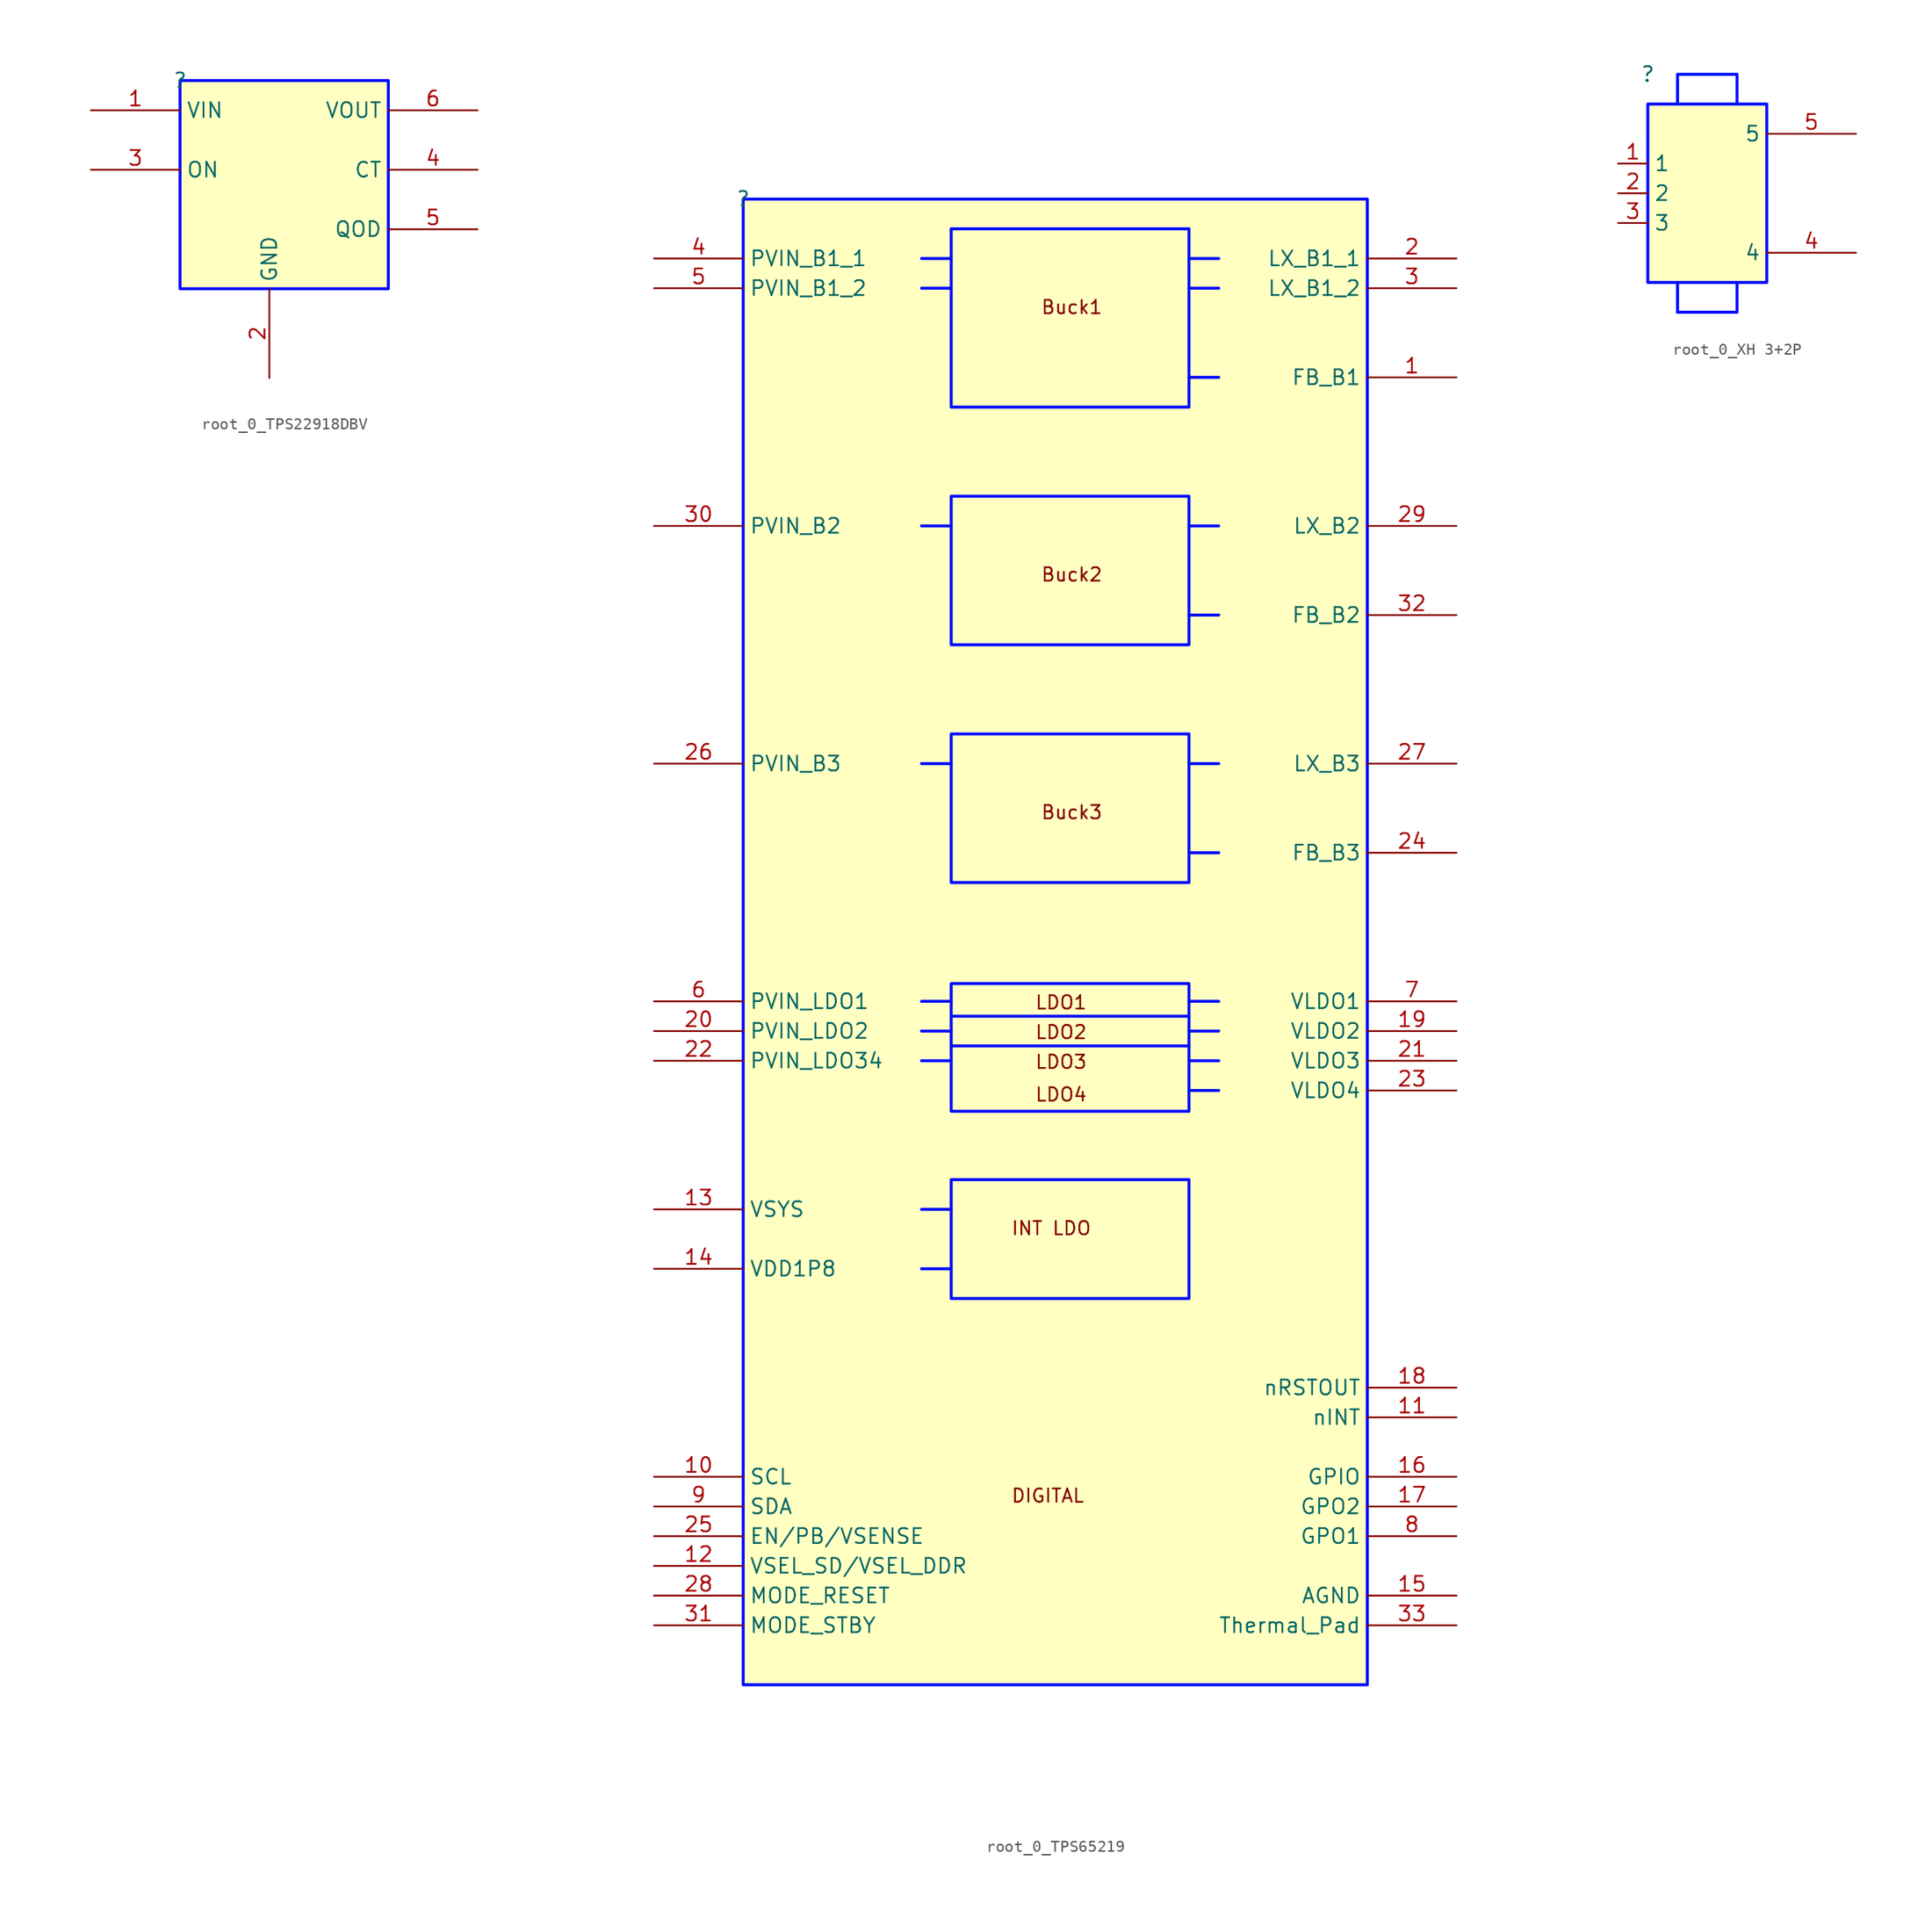
<source format=kicad_sym>
(kicad_symbol_lib
  (version 20231120)
  (generator "kicad_symbol_editor")
  (generator_version "8.0")
  (symbol "root_0_TPS22918DBV"
    (property "Reference" ""
      (at 0 0 0)
      (effects (font (size 1.27 1.27))))
    (property "Value" ""
      (at 0 0 0)
      (effects (font (size 1.27 1.27))))
    (symbol "root_0_TPS22918DBV_1_0"
      (rectangle (start 17.78 0) (end 0 -17.78) (stroke (width 0.254) (type solid) (color 0 11 255 1)) (fill (type background)))
      (pin input line (at -7.62 -2.54 0) (length 7.62) (name "VIN" (effects (font (size 1.27 1.27)))) (number "1" (effects (font (size 1.27 1.27)))))
      (pin power_in line (at 7.62 -25.4 90) (length 7.62) (name "GND" (effects (font (size 1.27 1.27)))) (number "2" (effects (font (size 1.27 1.27)))))
      (pin input line (at -7.62 -7.62 0) (length 7.62) (name "ON" (effects (font (size 1.27 1.27)))) (number "3" (effects (font (size 1.27 1.27)))))
      (pin passive line (at 25.4 -7.62 180) (length 7.62) (name "CT" (effects (font (size 1.27 1.27)))) (number "4" (effects (font (size 1.27 1.27)))))
      (pin passive line (at 25.4 -12.7 180) (length 7.62) (name "QOD" (effects (font (size 1.27 1.27)))) (number "5" (effects (font (size 1.27 1.27)))))
      (pin passive line (at 25.4 -2.54 180) (length 7.62) (name "VOUT" (effects (font (size 1.27 1.27)))) (number "6" (effects (font (size 1.27 1.27)))))))
  (symbol "root_0_TPS65219"
    (property "Reference" ""
      (at 0 0 0)
      (effects (font (size 1.27 1.27))))
    (property "Value" ""
      (at 0 0 0)
      (effects (font (size 1.27 1.27))))
    (symbol "root_0_TPS65219_1_0"
      (polyline (pts (xy 15.24 -73.66) (xy 17.78 -73.66)) (stroke (width 0.254) (type solid) (color 0 11 255 1)) (fill (type none)))
      (polyline (pts (xy 15.24 -71.12) (xy 17.78 -71.12)) (stroke (width 0.254) (type solid) (color 0 11 255 1)) (fill (type none)))
      (polyline (pts (xy 15.24 -7.62) (xy 17.78 -7.62)) (stroke (width 0.254) (type solid) (color 0 11 255 1)) (fill (type none)))
      (polyline (pts (xy 17.78 -91.44) (xy 15.24 -91.44)) (stroke (width 0.254) (type solid) (color 0 11 255 1)) (fill (type none)))
      (polyline (pts (xy 17.78 -86.36) (xy 15.24 -86.36)) (stroke (width 0.254) (type solid) (color 0 11 255 1)) (fill (type none)))
      (polyline (pts (xy 17.78 -72.39) (xy 38.1 -72.39)) (stroke (width 0.254) (type solid) (color 0 11 255 1)) (fill (type none)))
      (polyline (pts (xy 17.78 -69.85) (xy 38.1 -69.85)) (stroke (width 0.254) (type solid) (color 0 11 255 1)) (fill (type none)))
      (polyline (pts (xy 17.78 -68.58) (xy 15.24 -68.58)) (stroke (width 0.254) (type solid) (color 0 11 255 1)) (fill (type none)))
      (polyline (pts (xy 17.78 -48.26) (xy 15.24 -48.26)) (stroke (width 0.254) (type solid) (color 0 11 255 1)) (fill (type none)))
      (polyline (pts (xy 17.78 -27.94) (xy 15.24 -27.94)) (stroke (width 0.254) (type solid) (color 0 11 255 1)) (fill (type none)))
      (polyline (pts (xy 17.78 -5.08) (xy 15.24 -5.08)) (stroke (width 0.254) (type solid) (color 0 11 255 1)) (fill (type none)))
      (polyline (pts (xy 38.1 -76.2) (xy 40.64 -76.2)) (stroke (width 0.254) (type solid) (color 0 11 255 1)) (fill (type none)))
      (polyline (pts (xy 38.1 -73.66) (xy 40.64 -73.66)) (stroke (width 0.254) (type solid) (color 0 11 255 1)) (fill (type none)))
      (polyline (pts (xy 38.1 -71.12) (xy 40.64 -71.12)) (stroke (width 0.254) (type solid) (color 0 11 255 1)) (fill (type none)))
      (polyline (pts (xy 38.1 -68.58) (xy 40.64 -68.58)) (stroke (width 0.254) (type solid) (color 0 11 255 1)) (fill (type none)))
      (polyline (pts (xy 38.1 -55.88) (xy 40.64 -55.88)) (stroke (width 0.254) (type solid) (color 0 11 255 1)) (fill (type none)))
      (polyline (pts (xy 38.1 -48.26) (xy 40.64 -48.26)) (stroke (width 0.254) (type solid) (color 0 11 255 1)) (fill (type none)))
      (polyline (pts (xy 38.1 -35.56) (xy 40.64 -35.56)) (stroke (width 0.254) (type solid) (color 0 11 255 1)) (fill (type none)))
      (polyline (pts (xy 38.1 -27.94) (xy 40.64 -27.94)) (stroke (width 0.254) (type solid) (color 0 11 255 1)) (fill (type none)))
      (polyline (pts (xy 38.1 -15.24) (xy 40.64 -15.24)) (stroke (width 0.254) (type solid) (color 0 11 255 1)) (fill (type none)))
      (polyline (pts (xy 38.1 -7.62) (xy 40.64 -7.62)) (stroke (width 0.254) (type solid) (color 0 11 255 1)) (fill (type none)))
      (polyline (pts (xy 38.1 -5.08) (xy 40.64 -5.08)) (stroke (width 0.254) (type solid) (color 0 11 255 1)) (fill (type none)))
      (rectangle (start 38.1 -83.82) (end 17.78 -93.98) (stroke (width 0.254) (type solid) (color 0 11 255 1)) (fill (type background)))
      (rectangle (start 38.1 -67.056) (end 17.78 -77.978) (stroke (width 0.254) (type solid) (color 0 11 255 1)) (fill (type background)))
      (rectangle (start 38.1 -45.72) (end 17.78 -58.42) (stroke (width 0.254) (type solid) (color 0 11 255 1)) (fill (type background)))
      (rectangle (start 38.1 -25.4) (end 17.78 -38.1) (stroke (width 0.254) (type solid) (color 0 11 255 1)) (fill (type background)))
      (rectangle (start 38.1 -2.54) (end 17.78 -17.78) (stroke (width 0.254) (type solid) (color 0 11 255 1)) (fill (type background)))
      (rectangle (start 53.34 0) (end 0 -127) (stroke (width 0.254) (type solid) (color 0 11 255 1)) (fill (type background)))
      (text "Buck1" (at 25.4 -9.906 0) (effects (font (size 1.143 1.143)) (justify left bottom)))
      (text "Buck2" (at 25.4 -32.766 0) (effects (font (size 1.143 1.143)) (justify left bottom)))
      (text "Buck3" (at 25.4 -53.086 0) (effects (font (size 1.143 1.143)) (justify left bottom)))
      (text "DIGITAL" (at 22.86 -111.506 0) (effects (font (size 1.143 1.143)) (justify left bottom)))
      (text "INT LDO" (at 22.86 -88.646 0) (effects (font (size 1.143 1.143)) (justify left bottom)))
      (text "LDO1" (at 24.892 -69.342 0) (effects (font (size 1.143 1.143)) (justify left bottom)))
      (text "LDO2" (at 24.892 -71.882 0) (effects (font (size 1.143 1.143)) (justify left bottom)))
      (text "LDO3" (at 24.892 -74.422 0) (effects (font (size 1.143 1.143)) (justify left bottom)))
      (text "LDO4" (at 24.892 -77.216 0) (effects (font (size 1.143 1.143)) (justify left bottom)))
      (pin passive line (at 60.96 -15.24 180) (length 7.62) (name "FB_B1" (effects (font (size 1.27 1.27)))) (number "1" (effects (font (size 1.27 1.27)))))
      (pin passive line (at -7.62 -109.22 0) (length 7.62) (name "SCL" (effects (font (size 1.27 1.27)))) (number "10" (effects (font (size 1.27 1.27)))))
      (pin output line (at 60.96 -104.14 180) (length 7.62) (name "nINT" (effects (font (size 1.27 1.27)))) (number "11" (effects (font (size 1.27 1.27)))))
      (pin input line (at -7.62 -116.84 0) (length 7.62) (name "VSEL_SD/VSEL_DDR" (effects (font (size 1.27 1.27)))) (number "12" (effects (font (size 1.27 1.27)))))
      (pin power_in line (at -7.62 -86.36 0) (length 7.62) (name "VSYS" (effects (font (size 1.27 1.27)))) (number "13" (effects (font (size 1.27 1.27)))))
      (pin passive line (at -7.62 -91.44 0) (length 7.62) (name "VDD1P8" (effects (font (size 1.27 1.27)))) (number "14" (effects (font (size 1.27 1.27)))))
      (pin power_in line (at 60.96 -119.38 180) (length 7.62) (name "AGND" (effects (font (size 1.27 1.27)))) (number "15" (effects (font (size 1.27 1.27)))))
      (pin bidirectional line (at 60.96 -109.22 180) (length 7.62) (name "GPIO" (effects (font (size 1.27 1.27)))) (number "16" (effects (font (size 1.27 1.27)))))
      (pin output line (at 60.96 -111.76 180) (length 7.62) (name "GPO2" (effects (font (size 1.27 1.27)))) (number "17" (effects (font (size 1.27 1.27)))))
      (pin output line (at 60.96 -101.6 180) (length 7.62) (name "nRSTOUT" (effects (font (size 1.27 1.27)))) (number "18" (effects (font (size 1.27 1.27)))))
      (pin power_in line (at 60.96 -71.12 180) (length 7.62) (name "VLDO2" (effects (font (size 1.27 1.27)))) (number "19" (effects (font (size 1.27 1.27)))))
      (pin passive line (at 60.96 -5.08 180) (length 7.62) (name "LX_B1_1" (effects (font (size 1.27 1.27)))) (number "2" (effects (font (size 1.27 1.27)))))
      (pin power_in line (at -7.62 -71.12 0) (length 7.62) (name "PVIN_LDO2" (effects (font (size 1.27 1.27)))) (number "20" (effects (font (size 1.27 1.27)))))
      (pin power_in line (at 60.96 -73.66 180) (length 7.62) (name "VLDO3" (effects (font (size 1.27 1.27)))) (number "21" (effects (font (size 1.27 1.27)))))
      (pin power_in line (at -7.62 -73.66 0) (length 7.62) (name "PVIN_LDO34" (effects (font (size 1.27 1.27)))) (number "22" (effects (font (size 1.27 1.27)))))
      (pin power_in line (at 60.96 -76.2 180) (length 7.62) (name "VLDO4" (effects (font (size 1.27 1.27)))) (number "23" (effects (font (size 1.27 1.27)))))
      (pin passive line (at 60.96 -55.88 180) (length 7.62) (name "FB_B3" (effects (font (size 1.27 1.27)))) (number "24" (effects (font (size 1.27 1.27)))))
      (pin passive line (at -7.62 -114.3 0) (length 7.62) (name "EN/PB/VSENSE" (effects (font (size 1.27 1.27)))) (number "25" (effects (font (size 1.27 1.27)))))
      (pin power_in line (at -7.62 -48.26 0) (length 7.62) (name "PVIN_B3" (effects (font (size 1.27 1.27)))) (number "26" (effects (font (size 1.27 1.27)))))
      (pin passive line (at 60.96 -48.26 180) (length 7.62) (name "LX_B3" (effects (font (size 1.27 1.27)))) (number "27" (effects (font (size 1.27 1.27)))))
      (pin input line (at -7.62 -119.38 0) (length 7.62) (name "MODE_RESET" (effects (font (size 1.27 1.27)))) (number "28" (effects (font (size 1.27 1.27)))))
      (pin passive line (at 60.96 -27.94 180) (length 7.62) (name "LX_B2" (effects (font (size 1.27 1.27)))) (number "29" (effects (font (size 1.27 1.27)))))
      (pin passive line (at 60.96 -7.62 180) (length 7.62) (name "LX_B1_2" (effects (font (size 1.27 1.27)))) (number "3" (effects (font (size 1.27 1.27)))))
      (pin power_in line (at -7.62 -27.94 0) (length 7.62) (name "PVIN_B2" (effects (font (size 1.27 1.27)))) (number "30" (effects (font (size 1.27 1.27)))))
      (pin input line (at -7.62 -121.92 0) (length 7.62) (name "MODE_STBY" (effects (font (size 1.27 1.27)))) (number "31" (effects (font (size 1.27 1.27)))))
      (pin passive line (at 60.96 -35.56 180) (length 7.62) (name "FB_B2" (effects (font (size 1.27 1.27)))) (number "32" (effects (font (size 1.27 1.27)))))
      (pin power_in line (at 60.96 -121.92 180) (length 7.62) (name "Thermal_Pad" (effects (font (size 1.27 1.27)))) (number "33" (effects (font (size 1.27 1.27)))))
      (pin power_in line (at -7.62 -5.08 0) (length 7.62) (name "PVIN_B1_1" (effects (font (size 1.27 1.27)))) (number "4" (effects (font (size 1.27 1.27)))))
      (pin power_in line (at -7.62 -7.62 0) (length 7.62) (name "PVIN_B1_2" (effects (font (size 1.27 1.27)))) (number "5" (effects (font (size 1.27 1.27)))))
      (pin power_in line (at -7.62 -68.58 0) (length 7.62) (name "PVIN_LDO1" (effects (font (size 1.27 1.27)))) (number "6" (effects (font (size 1.27 1.27)))))
      (pin power_in line (at 60.96 -68.58 180) (length 7.62) (name "VLDO1" (effects (font (size 1.27 1.27)))) (number "7" (effects (font (size 1.27 1.27)))))
      (pin output line (at 60.96 -114.3 180) (length 7.62) (name "GPO1" (effects (font (size 1.27 1.27)))) (number "8" (effects (font (size 1.27 1.27)))))
      (pin passive line (at -7.62 -111.76 0) (length 7.62) (name "SDA" (effects (font (size 1.27 1.27)))) (number "9" (effects (font (size 1.27 1.27)))))))
  (symbol "root_0_XH 3+2P"
    (property "Reference" ""
      (at 0 0 0)
      (effects (font (size 1.27 1.27))))
    (property "Value" ""
      (at 0 0 0)
      (effects (font (size 1.27 1.27))))
    (symbol "root_0_XH 3+2P_1_0"
      (polyline (pts (xy 2.54 -17.78) (xy 2.54 -20.32)) (stroke (width 0.254) (type solid) (color 0 11 255 1)) (fill (type none)))
      (polyline (pts (xy 2.54 -20.32) (xy 2.54 -20.32) (xy 5.08 -20.32) (xy 7.62 -20.32) (xy 7.62 -17.78)) (stroke (width 0.254) (type solid) (color 0 11 255 1)) (fill (type none)))
      (polyline (pts (xy 2.54 -2.54) (xy 2.54 -2.54) (xy 2.54 0) (xy 7.62 0) (xy 7.62 -2.54)) (stroke (width 0.254) (type solid) (color 0 11 255 1)) (fill (type none)))
      (rectangle (start 10.16 -2.54) (end 0 -17.78) (stroke (width 0.254) (type solid) (color 0 11 255 1)) (fill (type background)))
      (pin passive line (at -2.54 -7.62 0) (length 2.54) (name "1" (effects (font (size 1.27 1.27)))) (number "1" (effects (font (size 1.27 1.27)))))
      (pin passive line (at -2.54 -10.16 0) (length 2.54) (name "2" (effects (font (size 1.27 1.27)))) (number "2" (effects (font (size 1.27 1.27)))))
      (pin passive line (at -2.54 -12.7 0) (length 2.54) (name "3" (effects (font (size 1.27 1.27)))) (number "3" (effects (font (size 1.27 1.27)))))
      (pin passive line (at 17.78 -15.24 180) (length 7.62) (name "4" (effects (font (size 1.27 1.27)))) (number "4" (effects (font (size 1.27 1.27)))))
      (pin passive line (at 17.78 -5.08 180) (length 7.62) (name "5" (effects (font (size 1.27 1.27)))) (number "5" (effects (font (size 1.27 1.27))))))))
</source>
